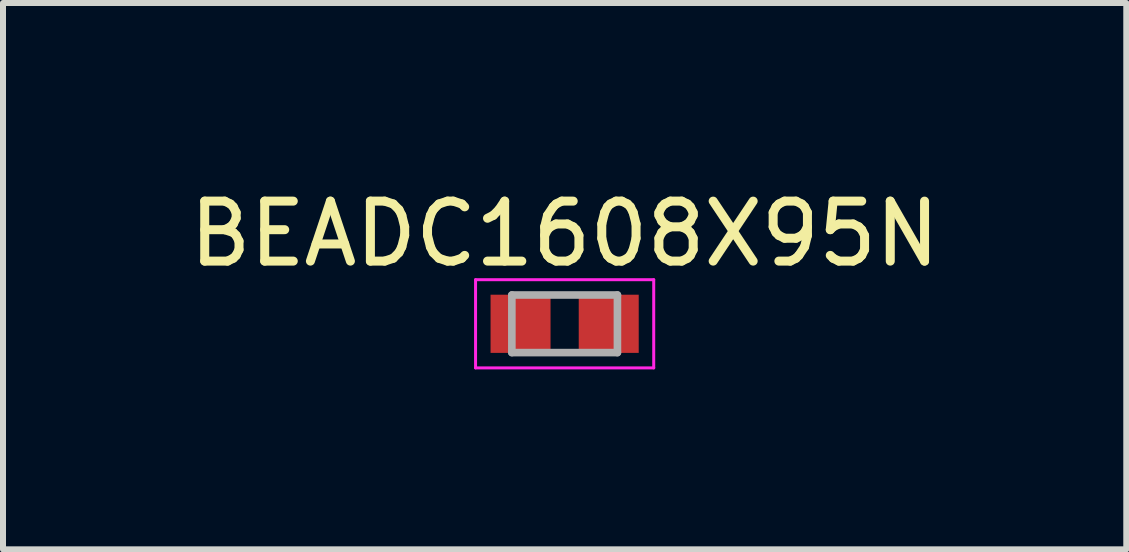
<source format=kicad_pcb>
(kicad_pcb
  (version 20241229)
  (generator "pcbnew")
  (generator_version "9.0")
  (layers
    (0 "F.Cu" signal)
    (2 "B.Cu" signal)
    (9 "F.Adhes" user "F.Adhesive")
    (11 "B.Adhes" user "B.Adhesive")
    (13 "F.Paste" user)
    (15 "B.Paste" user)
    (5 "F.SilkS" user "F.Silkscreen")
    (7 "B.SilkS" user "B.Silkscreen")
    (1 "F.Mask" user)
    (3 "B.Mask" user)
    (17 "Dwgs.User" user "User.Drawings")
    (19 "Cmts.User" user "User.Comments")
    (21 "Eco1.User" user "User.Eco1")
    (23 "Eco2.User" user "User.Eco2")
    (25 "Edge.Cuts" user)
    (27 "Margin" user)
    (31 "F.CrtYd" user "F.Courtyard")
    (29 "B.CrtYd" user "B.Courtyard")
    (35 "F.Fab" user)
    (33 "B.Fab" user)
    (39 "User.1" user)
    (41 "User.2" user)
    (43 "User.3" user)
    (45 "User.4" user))
  (footprint "BEADC1608X95N"
    (layer "F.Cu")
    (at 6.363 2.348)
    (property "Reference" "BEADC1608X95N" (at 0 -1.5 0) (layer "F.SilkS") (effects (font (size 1 1) (thickness 0.15))))
    (attr smd)
    (fp_line (start -1.485 -0.735) (end 1.485 -0.735) (stroke (width 0.05) (type solid)) (layer "F.CrtYd"))
    (fp_line (start -1.485 0.735) (end -1.485 -0.735) (stroke (width 0.05) (type solid)) (layer "F.CrtYd"))
    (fp_line (start -1.485 0.735) (end 1.485 0.735) (stroke (width 0.05) (type solid)) (layer "F.CrtYd"))
    (fp_line (start 1.485 0.735) (end 1.485 -0.735) (stroke (width 0.05) (type solid)) (layer "F.CrtYd"))
    (fp_line (start -0.88 0.48) (end -0.88 -0.48) (stroke (width 0.127) (type solid)) (layer "F.Fab"))
    (fp_line (start 0.88 -0.48) (end -0.88 -0.48) (stroke (width 0.127) (type solid)) (layer "F.Fab"))
    (fp_line (start 0.88 0.48) (end -0.88 0.48) (stroke (width 0.127) (type solid)) (layer "F.Fab"))
    (fp_line (start 0.88 0.48) (end 0.88 -0.48) (stroke (width 0.127) (type solid)) (layer "F.Fab"))
    (pad "1" smd rect (at -0.735 0) (size 1 0.97) (layers "F.Cu" "F.Mask" "F.Paste"))
    (pad "2" smd rect (at 0.735 0) (size 1 0.97) (layers "F.Cu" "F.Mask" "F.Paste")))
  (gr_rect
    (start -3 -3)
    (end 15.726 6.108)
    (stroke (width 0.1) (type default))
    (fill no)
    (layer "Edge.Cuts")))
</source>
